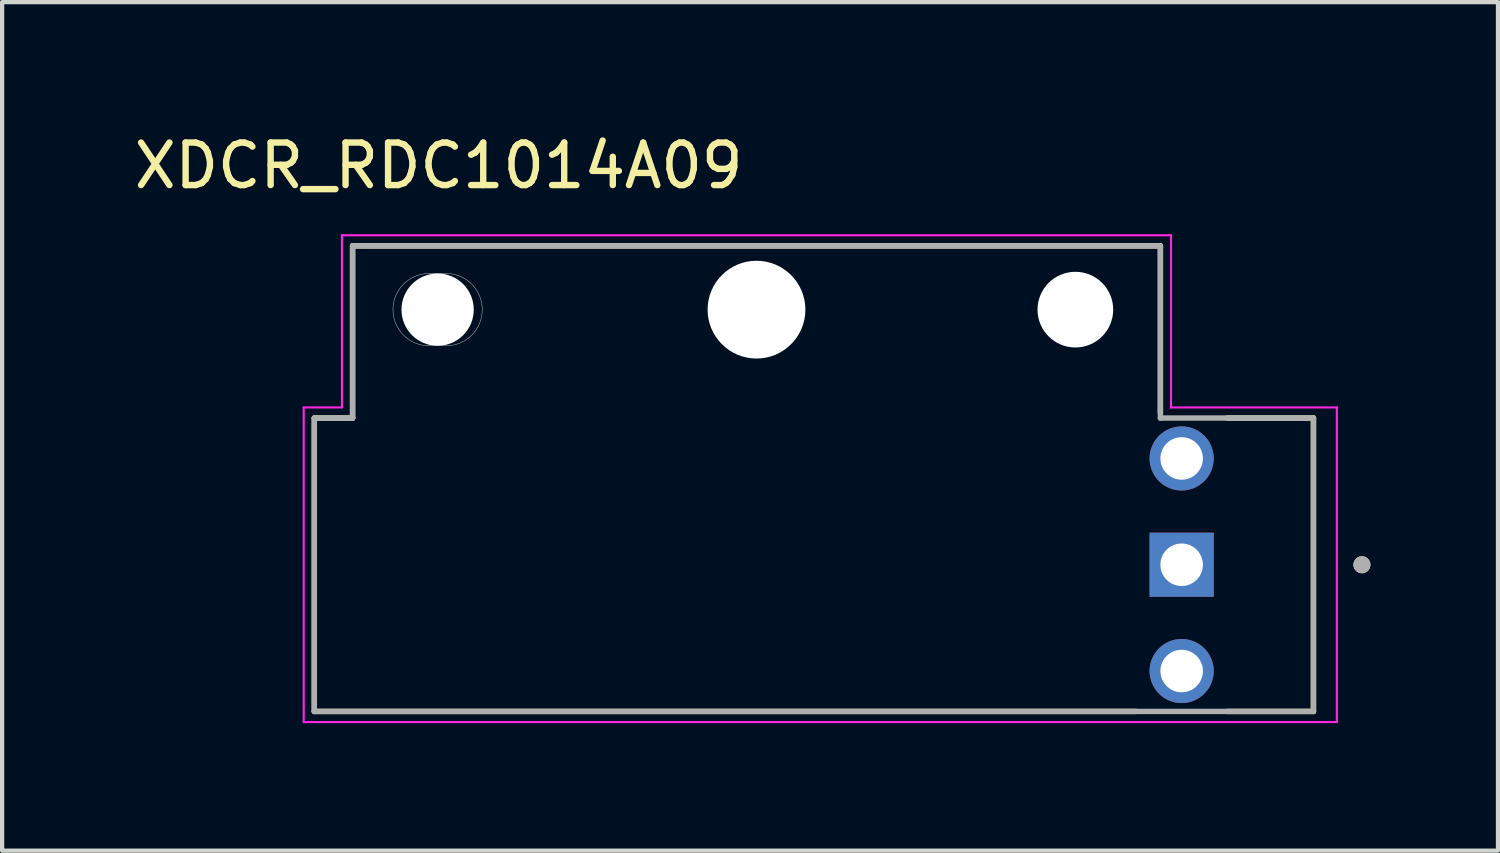
<source format=kicad_pcb>
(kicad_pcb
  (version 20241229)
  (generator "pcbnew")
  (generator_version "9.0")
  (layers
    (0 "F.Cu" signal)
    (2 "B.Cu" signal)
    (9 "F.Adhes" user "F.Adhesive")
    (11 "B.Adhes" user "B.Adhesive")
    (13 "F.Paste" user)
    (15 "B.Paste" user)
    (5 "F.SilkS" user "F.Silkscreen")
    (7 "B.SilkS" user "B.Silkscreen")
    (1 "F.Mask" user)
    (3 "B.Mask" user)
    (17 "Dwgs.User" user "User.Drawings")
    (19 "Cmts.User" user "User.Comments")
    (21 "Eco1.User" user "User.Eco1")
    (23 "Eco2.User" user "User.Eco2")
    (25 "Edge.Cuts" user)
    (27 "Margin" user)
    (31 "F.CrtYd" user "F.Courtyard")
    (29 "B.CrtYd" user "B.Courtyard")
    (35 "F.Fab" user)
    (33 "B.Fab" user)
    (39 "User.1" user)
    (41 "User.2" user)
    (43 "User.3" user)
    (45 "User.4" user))
  (footprint "XDCR_RDC1014A09"
    (layer "F.Cu")
    (at 14.743 10.233)
    (property "Reference" "XDCR_RDC1014A09" (at -7.475 -9.385 0) (layer "F.SilkS") (effects (font (size 1 1) (thickness 0.15))))
    (attr through_hole)
    (fp_line (start -10.4 -3.45) (end -9.5 -3.45) (stroke (width 0.127) (type solid)) (layer "F.SilkS"))
    (fp_line (start -10.4 3.45) (end -10.4 -3.45) (stroke (width 0.127) (type solid)) (layer "F.SilkS"))
    (fp_line (start -9.5 -7.5) (end 9.5 -7.5) (stroke (width 0.127) (type solid)) (layer "F.SilkS"))
    (fp_line (start -9.5 -3.45) (end -9.5 -7.5) (stroke (width 0.127) (type solid)) (layer "F.SilkS"))
    (fp_line (start 8.926 3.45) (end -10.4 3.45) (stroke (width 0.127) (type solid)) (layer "F.SilkS"))
    (fp_line (start 9.5 -7.5) (end 9.5 -3.574) (stroke (width 0.127) (type solid)) (layer "F.SilkS"))
    (fp_line (start 11.074 -3.45) (end 13.1 -3.45) (stroke (width 0.127) (type solid)) (layer "F.SilkS"))
    (fp_line (start 13.1 -3.45) (end 13.1 3.45) (stroke (width 0.127) (type solid)) (layer "F.SilkS"))
    (fp_line (start 13.1 3.45) (end 11.074 3.45) (stroke (width 0.127) (type solid)) (layer "F.SilkS"))
    (fp_circle (center 14.24 0) (end 14.34 0) (stroke (width 0.2) (type solid)) (fill no) (layer "F.SilkS"))
    (fp_line (start -7.7 -6.85) (end -7.3 -6.85) (stroke (width 0.01) (type solid)) (layer "Edge.Cuts"))
    (fp_line (start -7.3 -5.15) (end -7.7 -5.15) (stroke (width 0.01) (type solid)) (layer "Edge.Cuts"))
    (fp_arc (start -8.55 -6) (mid -8.301041 -6.601041) (end -7.7 -6.85) (stroke (width 0.01) (type solid)) (layer "Edge.Cuts"))
    (fp_arc (start -7.7 -5.15) (mid -8.301041 -5.398959) (end -8.55 -6) (stroke (width 0.01) (type solid)) (layer "Edge.Cuts"))
    (fp_arc (start -7.3 -6.85) (mid -6.698959 -6.601041) (end -6.45 -6) (stroke (width 0.01) (type solid)) (layer "Edge.Cuts"))
    (fp_arc (start -6.45 -6) (mid -6.698959 -5.398959) (end -7.3 -5.15) (stroke (width 0.01) (type solid)) (layer "Edge.Cuts"))
    (fp_line (start -10.65 -3.7) (end -10.65 3.7) (stroke (width 0.05) (type solid)) (layer "F.CrtYd"))
    (fp_line (start -10.65 -3.7) (end -9.75 -3.7) (stroke (width 0.05) (type solid)) (layer "F.CrtYd"))
    (fp_line (start -10.65 3.7) (end 13.65 3.7) (stroke (width 0.05) (type solid)) (layer "F.CrtYd"))
    (fp_line (start -9.75 -3.7) (end -9.75 -7.75) (stroke (width 0.05) (type solid)) (layer "F.CrtYd"))
    (fp_line (start 9.75 -7.75) (end -9.75 -7.75) (stroke (width 0.05) (type solid)) (layer "F.CrtYd"))
    (fp_line (start 9.75 -7.75) (end 9.75 -3.7) (stroke (width 0.05) (type solid)) (layer "F.CrtYd"))
    (fp_line (start 9.75 -3.7) (end 13.65 -3.7) (stroke (width 0.05) (type solid)) (layer "F.CrtYd"))
    (fp_line (start 13.65 3.7) (end 13.65 -3.7) (stroke (width 0.05) (type solid)) (layer "F.CrtYd"))
    (fp_line (start -10.4 -3.45) (end -9.5 -3.45) (stroke (width 0.127) (type solid)) (layer "F.Fab"))
    (fp_line (start -10.4 3.45) (end -10.4 -3.45) (stroke (width 0.127) (type solid)) (layer "F.Fab"))
    (fp_line (start -9.5 -7.5) (end 9.5 -7.5) (stroke (width 0.127) (type solid)) (layer "F.Fab"))
    (fp_line (start -9.5 -3.45) (end -9.5 -7.5) (stroke (width 0.127) (type solid)) (layer "F.Fab"))
    (fp_line (start 9.5 -7.5) (end 9.5 -3.45) (stroke (width 0.127) (type solid)) (layer "F.Fab"))
    (fp_line (start 9.5 -3.45) (end 13.1 -3.45) (stroke (width 0.127) (type solid)) (layer "F.Fab"))
    (fp_line (start 13.1 -3.45) (end 13.1 3.45) (stroke (width 0.127) (type solid)) (layer "F.Fab"))
    (fp_line (start 13.1 3.45) (end -10.4 3.45) (stroke (width 0.127) (type solid)) (layer "F.Fab"))
    (fp_circle (center 14.24 0) (end 14.34 0) (stroke (width 0.2) (type solid)) (fill no) (layer "F.Fab"))
    (pad "" np_thru_hole circle (at -7.5 -6) (size 1.7 1.7) (drill 1.7) (layers "*.Cu" "*.Mask"))
    (pad "" np_thru_hole circle (at 0 -6) (size 2.3 2.3) (drill 2.3) (layers "*.Cu" "*.Mask"))
    (pad "" np_thru_hole circle (at 7.5 -6) (size 1.78 1.78) (drill 1.78) (layers "*.Cu" "*.Mask"))
    (pad "1T" thru_hole rect (at 10 0) (size 1.508 1.508) (drill 1) (layers "*.Cu" "*.Mask"))
    (pad "2T" thru_hole circle (at 10 2.5) (size 1.508 1.508) (drill 1) (layers "*.Cu" "*.Mask"))
    (pad "3T" thru_hole circle (at 10 -2.5) (size 1.508 1.508) (drill 1) (layers "*.Cu" "*.Mask")))
  (gr_rect
    (start -3 -3)
    (end 32.183 16.958)
    (stroke (width 0.1) (type default))
    (fill no)
    (layer "Edge.Cuts")))
</source>
